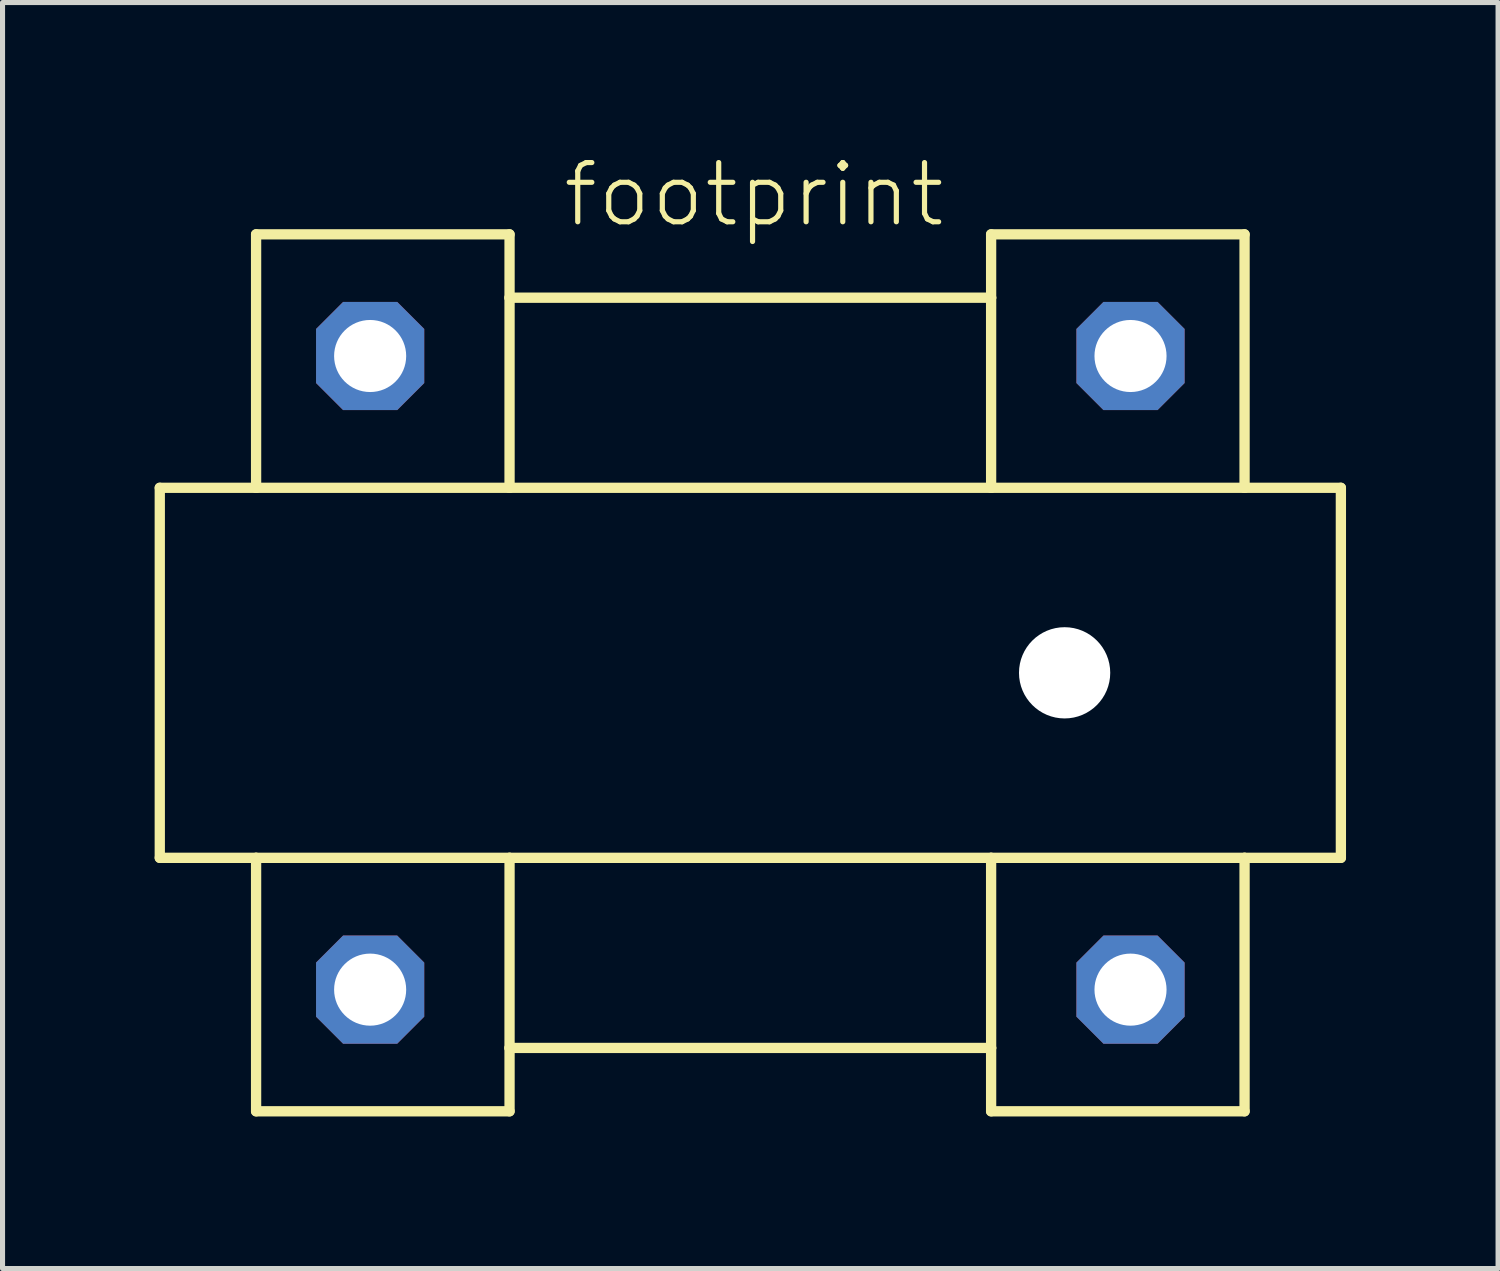
<source format=kicad_pcb>
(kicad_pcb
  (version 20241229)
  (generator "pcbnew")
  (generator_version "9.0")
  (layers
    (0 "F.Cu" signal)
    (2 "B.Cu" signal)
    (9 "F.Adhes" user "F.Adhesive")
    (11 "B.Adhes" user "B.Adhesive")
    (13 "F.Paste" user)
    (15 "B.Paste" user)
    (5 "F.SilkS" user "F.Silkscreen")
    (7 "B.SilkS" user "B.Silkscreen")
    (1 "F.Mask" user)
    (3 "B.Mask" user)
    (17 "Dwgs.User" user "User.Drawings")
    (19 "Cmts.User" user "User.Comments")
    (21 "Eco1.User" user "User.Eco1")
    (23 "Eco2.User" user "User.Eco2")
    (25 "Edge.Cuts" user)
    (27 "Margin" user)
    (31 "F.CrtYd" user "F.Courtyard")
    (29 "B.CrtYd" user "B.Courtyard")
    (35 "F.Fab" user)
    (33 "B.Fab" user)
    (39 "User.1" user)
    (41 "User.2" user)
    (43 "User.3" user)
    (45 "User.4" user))
  (footprint "footprint"
    (layer "F.Cu")
    (at 11.752 10.223)
    (property "Reference" "footprint" (at -3.75 -8.75 0) (layer "F.SilkS") (effects (font (size 1.168 1.168) (thickness 0.102)) (justify left bottom)))
    (fp_line (start -11.65 -3.65) (end -11.65 3.65) (stroke (width 0.203) (type solid)) (layer "F.SilkS"))
    (fp_line (start -11.65 3.65) (end -9.75 3.65) (stroke (width 0.203) (type solid)) (layer "F.SilkS"))
    (fp_line (start -9.75 -8.65) (end -9.75 -3.65) (stroke (width 0.203) (type solid)) (layer "F.SilkS"))
    (fp_line (start -9.75 -3.65) (end -11.65 -3.65) (stroke (width 0.203) (type solid)) (layer "F.SilkS"))
    (fp_line (start -9.75 3.65) (end -9.75 8.65) (stroke (width 0.203) (type solid)) (layer "F.SilkS"))
    (fp_line (start -9.75 3.65) (end -4.75 3.65) (stroke (width 0.203) (type solid)) (layer "F.SilkS"))
    (fp_line (start -9.75 8.65) (end -4.75 8.65) (stroke (width 0.203) (type solid)) (layer "F.SilkS"))
    (fp_line (start -4.75 -8.65) (end -9.75 -8.65) (stroke (width 0.203) (type solid)) (layer "F.SilkS"))
    (fp_line (start -4.75 -8.65) (end -4.75 -7.4) (stroke (width 0.203) (type solid)) (layer "F.SilkS"))
    (fp_line (start -4.75 -7.4) (end -4.75 -3.65) (stroke (width 0.203) (type solid)) (layer "F.SilkS"))
    (fp_line (start -4.75 -3.65) (end -9.75 -3.65) (stroke (width 0.203) (type solid)) (layer "F.SilkS"))
    (fp_line (start -4.75 3.65) (end -4.75 7.4) (stroke (width 0.203) (type solid)) (layer "F.SilkS"))
    (fp_line (start -4.75 3.65) (end 4.75 3.65) (stroke (width 0.203) (type solid)) (layer "F.SilkS"))
    (fp_line (start -4.75 7.4) (end -4.75 8.65) (stroke (width 0.203) (type solid)) (layer "F.SilkS"))
    (fp_line (start -4.75 7.4) (end 4.75 7.4) (stroke (width 0.203) (type solid)) (layer "F.SilkS"))
    (fp_line (start 4.75 -7.4) (end -4.75 -7.4) (stroke (width 0.203) (type solid)) (layer "F.SilkS"))
    (fp_line (start 4.75 -7.4) (end 4.75 -8.65) (stroke (width 0.203) (type solid)) (layer "F.SilkS"))
    (fp_line (start 4.75 -3.65) (end -4.75 -3.65) (stroke (width 0.203) (type solid)) (layer "F.SilkS"))
    (fp_line (start 4.75 -3.65) (end 4.75 -7.4) (stroke (width 0.203) (type solid)) (layer "F.SilkS"))
    (fp_line (start 4.75 3.65) (end 9.75 3.65) (stroke (width 0.203) (type solid)) (layer "F.SilkS"))
    (fp_line (start 4.75 7.4) (end 4.75 3.65) (stroke (width 0.203) (type solid)) (layer "F.SilkS"))
    (fp_line (start 4.75 8.65) (end 4.75 7.4) (stroke (width 0.203) (type solid)) (layer "F.SilkS"))
    (fp_line (start 4.75 8.65) (end 9.75 8.65) (stroke (width 0.203) (type solid)) (layer "F.SilkS"))
    (fp_line (start 9.75 -8.65) (end 4.75 -8.65) (stroke (width 0.203) (type solid)) (layer "F.SilkS"))
    (fp_line (start 9.75 -3.65) (end 4.75 -3.65) (stroke (width 0.203) (type solid)) (layer "F.SilkS"))
    (fp_line (start 9.75 -3.65) (end 9.75 -8.65) (stroke (width 0.203) (type solid)) (layer "F.SilkS"))
    (fp_line (start 9.75 3.65) (end 11.65 3.65) (stroke (width 0.203) (type solid)) (layer "F.SilkS"))
    (fp_line (start 9.75 8.65) (end 9.75 3.65) (stroke (width 0.203) (type solid)) (layer "F.SilkS"))
    (fp_line (start 11.65 -3.65) (end 9.75 -3.65) (stroke (width 0.203) (type solid)) (layer "F.SilkS"))
    (fp_line (start 11.65 3.65) (end 11.65 -3.65) (stroke (width 0.203) (type solid)) (layer "F.SilkS"))
    (pad "" np_thru_hole circle (at 6.2 0) (size 1.8 1.8) (drill 1.8) (layers "*.Cu" "*.Mask"))
    (pad "1" thru_hole roundrect (at -7.5 6.25) (size 2.134 2.134) (drill 1.422) (layers "*.Cu" "*.Mask") (roundrect_rratio 0.25) (chamfer_ratio 0.25) (chamfer top_left top_right bottom_left bottom_right))
    (pad "4" thru_hole roundrect (at 7.5 -6.25) (size 2.134 2.134) (drill 1.422) (layers "*.Cu" "*.Mask") (roundrect_rratio 0.25) (chamfer_ratio 0.25) (chamfer top_left top_right bottom_left bottom_right))
    (pad "U2" thru_hole roundrect (at -7.5 -6.25) (size 2.134 2.134) (drill 1.422) (layers "*.Cu" "*.Mask") (roundrect_rratio 0.25) (chamfer_ratio 0.25) (chamfer top_left top_right bottom_left bottom_right))
    (pad "U3" thru_hole roundrect (at 7.5 6.25) (size 2.134 2.134) (drill 1.422) (layers "*.Cu" "*.Mask") (roundrect_rratio 0.25) (chamfer_ratio 0.25) (chamfer top_left top_right bottom_left bottom_right)))
  (gr_rect
    (start -3 -3)
    (end 26.503 21.975)
    (stroke (width 0.1) (type default))
    (fill no)
    (layer "Edge.Cuts")))
</source>
